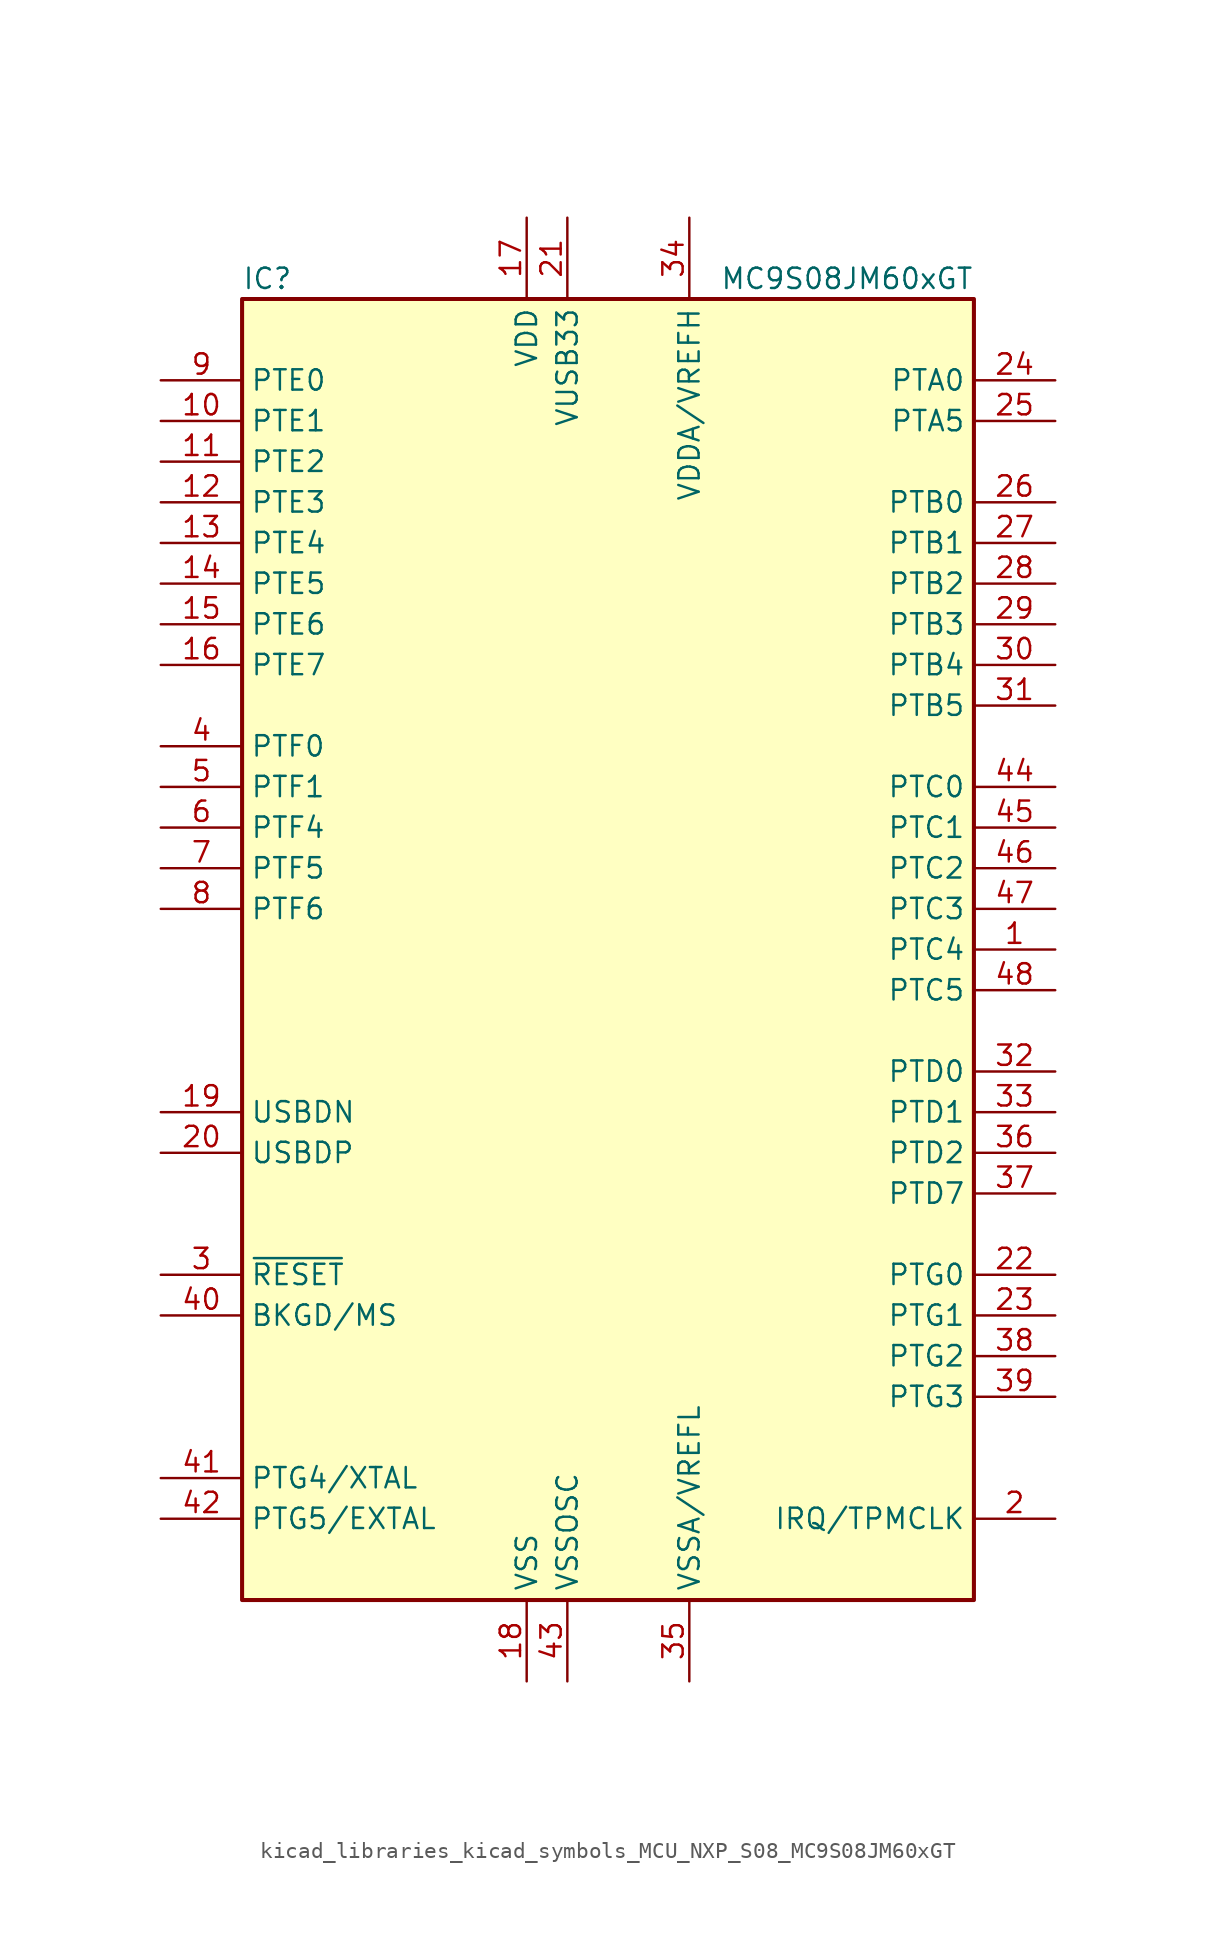
<source format=kicad_sym>
(kicad_symbol_lib
  (version 20220914)
  (generator kicad_symbol_editor)
  (symbol "kicad_libraries_kicad_symbols_MCU_NXP_S08_MC9S08JM60xGT"
    (property "Reference" "IC"
      (at -22.86 41.91 0)
      (effects (font (size 1.27 1.27)) (justify left)))
    (property "Value" "MC9S08JM60xGT"
      (at 22.86 41.91 0)
      (effects (font (size 1.27 1.27)) (justify right)))
    (symbol "kicad_libraries_kicad_symbols_MCU_NXP_S08_MC9S08JM60xGT_0_1"
      (rectangle (start -22.86 40.64) (end 22.86 -40.64) (stroke (width 0.254) (type default)) (fill (type background))))
    (symbol "kicad_libraries_kicad_symbols_MCU_NXP_S08_MC9S08JM60xGT_1_1"
      (pin bidirectional line (at 27.94 0 180) (length 5.08) (name "PTC4" (effects (font (size 1.27 1.27)))) (number "1" (effects (font (size 1.27 1.27)))))
      (pin bidirectional line (at -27.94 33.02 0) (length 5.08) (name "PTE1" (effects (font (size 1.27 1.27)))) (number "10" (effects (font (size 1.27 1.27)))))
      (pin bidirectional line (at -27.94 30.48 0) (length 5.08) (name "PTE2" (effects (font (size 1.27 1.27)))) (number "11" (effects (font (size 1.27 1.27)))))
      (pin bidirectional line (at -27.94 27.94 0) (length 5.08) (name "PTE3" (effects (font (size 1.27 1.27)))) (number "12" (effects (font (size 1.27 1.27)))))
      (pin bidirectional line (at -27.94 25.4 0) (length 5.08) (name "PTE4" (effects (font (size 1.27 1.27)))) (number "13" (effects (font (size 1.27 1.27)))))
      (pin bidirectional line (at -27.94 22.86 0) (length 5.08) (name "PTE5" (effects (font (size 1.27 1.27)))) (number "14" (effects (font (size 1.27 1.27)))))
      (pin bidirectional line (at -27.94 20.32 0) (length 5.08) (name "PTE6" (effects (font (size 1.27 1.27)))) (number "15" (effects (font (size 1.27 1.27)))))
      (pin bidirectional line (at -27.94 17.78 0) (length 5.08) (name "PTE7" (effects (font (size 1.27 1.27)))) (number "16" (effects (font (size 1.27 1.27)))))
      (pin power_in line (at -5.08 45.72 270) (length 5.08) (name "VDD" (effects (font (size 1.27 1.27)))) (number "17" (effects (font (size 1.27 1.27)))))
      (pin power_in line (at -5.08 -45.72 90) (length 5.08) (name "VSS" (effects (font (size 1.27 1.27)))) (number "18" (effects (font (size 1.27 1.27)))))
      (pin bidirectional line (at -27.94 -10.16 0) (length 5.08) (name "USBDN" (effects (font (size 1.27 1.27)))) (number "19" (effects (font (size 1.27 1.27)))))
      (pin bidirectional line (at 27.94 -35.56 180) (length 5.08) (name "IRQ/TPMCLK" (effects (font (size 1.27 1.27)))) (number "2" (effects (font (size 1.27 1.27)))))
      (pin bidirectional line (at -27.94 -12.7 0) (length 5.08) (name "USBDP" (effects (font (size 1.27 1.27)))) (number "20" (effects (font (size 1.27 1.27)))))
      (pin power_out line (at -2.54 45.72 270) (length 5.08) (name "VUSB33" (effects (font (size 1.27 1.27)))) (number "21" (effects (font (size 1.27 1.27)))))
      (pin bidirectional line (at 27.94 -20.32 180) (length 5.08) (name "PTG0" (effects (font (size 1.27 1.27)))) (number "22" (effects (font (size 1.27 1.27)))))
      (pin bidirectional line (at 27.94 -22.86 180) (length 5.08) (name "PTG1" (effects (font (size 1.27 1.27)))) (number "23" (effects (font (size 1.27 1.27)))))
      (pin bidirectional line (at 27.94 35.56 180) (length 5.08) (name "PTA0" (effects (font (size 1.27 1.27)))) (number "24" (effects (font (size 1.27 1.27)))))
      (pin bidirectional line (at 27.94 33.02 180) (length 5.08) (name "PTA5" (effects (font (size 1.27 1.27)))) (number "25" (effects (font (size 1.27 1.27)))))
      (pin bidirectional line (at 27.94 27.94 180) (length 5.08) (name "PTB0" (effects (font (size 1.27 1.27)))) (number "26" (effects (font (size 1.27 1.27)))))
      (pin bidirectional line (at 27.94 25.4 180) (length 5.08) (name "PTB1" (effects (font (size 1.27 1.27)))) (number "27" (effects (font (size 1.27 1.27)))))
      (pin bidirectional line (at 27.94 22.86 180) (length 5.08) (name "PTB2" (effects (font (size 1.27 1.27)))) (number "28" (effects (font (size 1.27 1.27)))))
      (pin bidirectional line (at 27.94 20.32 180) (length 5.08) (name "PTB3" (effects (font (size 1.27 1.27)))) (number "29" (effects (font (size 1.27 1.27)))))
      (pin input line (at -27.94 -20.32 0) (length 5.08) (name "~{RESET}" (effects (font (size 1.27 1.27)))) (number "3" (effects (font (size 1.27 1.27)))))
      (pin bidirectional line (at 27.94 17.78 180) (length 5.08) (name "PTB4" (effects (font (size 1.27 1.27)))) (number "30" (effects (font (size 1.27 1.27)))))
      (pin bidirectional line (at 27.94 15.24 180) (length 5.08) (name "PTB5" (effects (font (size 1.27 1.27)))) (number "31" (effects (font (size 1.27 1.27)))))
      (pin bidirectional line (at 27.94 -7.62 180) (length 5.08) (name "PTD0" (effects (font (size 1.27 1.27)))) (number "32" (effects (font (size 1.27 1.27)))))
      (pin bidirectional line (at 27.94 -10.16 180) (length 5.08) (name "PTD1" (effects (font (size 1.27 1.27)))) (number "33" (effects (font (size 1.27 1.27)))))
      (pin power_in line (at 5.08 45.72 270) (length 5.08) (name "VDDA/VREFH" (effects (font (size 1.27 1.27)))) (number "34" (effects (font (size 1.27 1.27)))))
      (pin power_in line (at 5.08 -45.72 90) (length 5.08) (name "VSSA/VREFL" (effects (font (size 1.27 1.27)))) (number "35" (effects (font (size 1.27 1.27)))))
      (pin bidirectional line (at 27.94 -12.7 180) (length 5.08) (name "PTD2" (effects (font (size 1.27 1.27)))) (number "36" (effects (font (size 1.27 1.27)))))
      (pin bidirectional line (at 27.94 -15.24 180) (length 5.08) (name "PTD7" (effects (font (size 1.27 1.27)))) (number "37" (effects (font (size 1.27 1.27)))))
      (pin bidirectional line (at 27.94 -25.4 180) (length 5.08) (name "PTG2" (effects (font (size 1.27 1.27)))) (number "38" (effects (font (size 1.27 1.27)))))
      (pin bidirectional line (at 27.94 -27.94 180) (length 5.08) (name "PTG3" (effects (font (size 1.27 1.27)))) (number "39" (effects (font (size 1.27 1.27)))))
      (pin bidirectional line (at -27.94 12.7 0) (length 5.08) (name "PTF0" (effects (font (size 1.27 1.27)))) (number "4" (effects (font (size 1.27 1.27)))))
      (pin bidirectional line (at -27.94 -22.86 0) (length 5.08) (name "BKGD/MS" (effects (font (size 1.27 1.27)))) (number "40" (effects (font (size 1.27 1.27)))))
      (pin bidirectional line (at -27.94 -33.02 0) (length 5.08) (name "PTG4/XTAL" (effects (font (size 1.27 1.27)))) (number "41" (effects (font (size 1.27 1.27)))))
      (pin bidirectional line (at -27.94 -35.56 0) (length 5.08) (name "PTG5/EXTAL" (effects (font (size 1.27 1.27)))) (number "42" (effects (font (size 1.27 1.27)))))
      (pin power_in line (at -2.54 -45.72 90) (length 5.08) (name "VSSOSC" (effects (font (size 1.27 1.27)))) (number "43" (effects (font (size 1.27 1.27)))))
      (pin bidirectional line (at 27.94 10.16 180) (length 5.08) (name "PTC0" (effects (font (size 1.27 1.27)))) (number "44" (effects (font (size 1.27 1.27)))))
      (pin bidirectional line (at 27.94 7.62 180) (length 5.08) (name "PTC1" (effects (font (size 1.27 1.27)))) (number "45" (effects (font (size 1.27 1.27)))))
      (pin bidirectional line (at 27.94 5.08 180) (length 5.08) (name "PTC2" (effects (font (size 1.27 1.27)))) (number "46" (effects (font (size 1.27 1.27)))))
      (pin bidirectional line (at 27.94 2.54 180) (length 5.08) (name "PTC3" (effects (font (size 1.27 1.27)))) (number "47" (effects (font (size 1.27 1.27)))))
      (pin bidirectional line (at 27.94 -2.54 180) (length 5.08) (name "PTC5" (effects (font (size 1.27 1.27)))) (number "48" (effects (font (size 1.27 1.27)))))
      (pin bidirectional line (at -27.94 10.16 0) (length 5.08) (name "PTF1" (effects (font (size 1.27 1.27)))) (number "5" (effects (font (size 1.27 1.27)))))
      (pin bidirectional line (at -27.94 7.62 0) (length 5.08) (name "PTF4" (effects (font (size 1.27 1.27)))) (number "6" (effects (font (size 1.27 1.27)))))
      (pin bidirectional line (at -27.94 5.08 0) (length 5.08) (name "PTF5" (effects (font (size 1.27 1.27)))) (number "7" (effects (font (size 1.27 1.27)))))
      (pin bidirectional line (at -27.94 2.54 0) (length 5.08) (name "PTF6" (effects (font (size 1.27 1.27)))) (number "8" (effects (font (size 1.27 1.27)))))
      (pin bidirectional line (at -27.94 35.56 0) (length 5.08) (name "PTE0" (effects (font (size 1.27 1.27)))) (number "9" (effects (font (size 1.27 1.27))))))))
</source>
